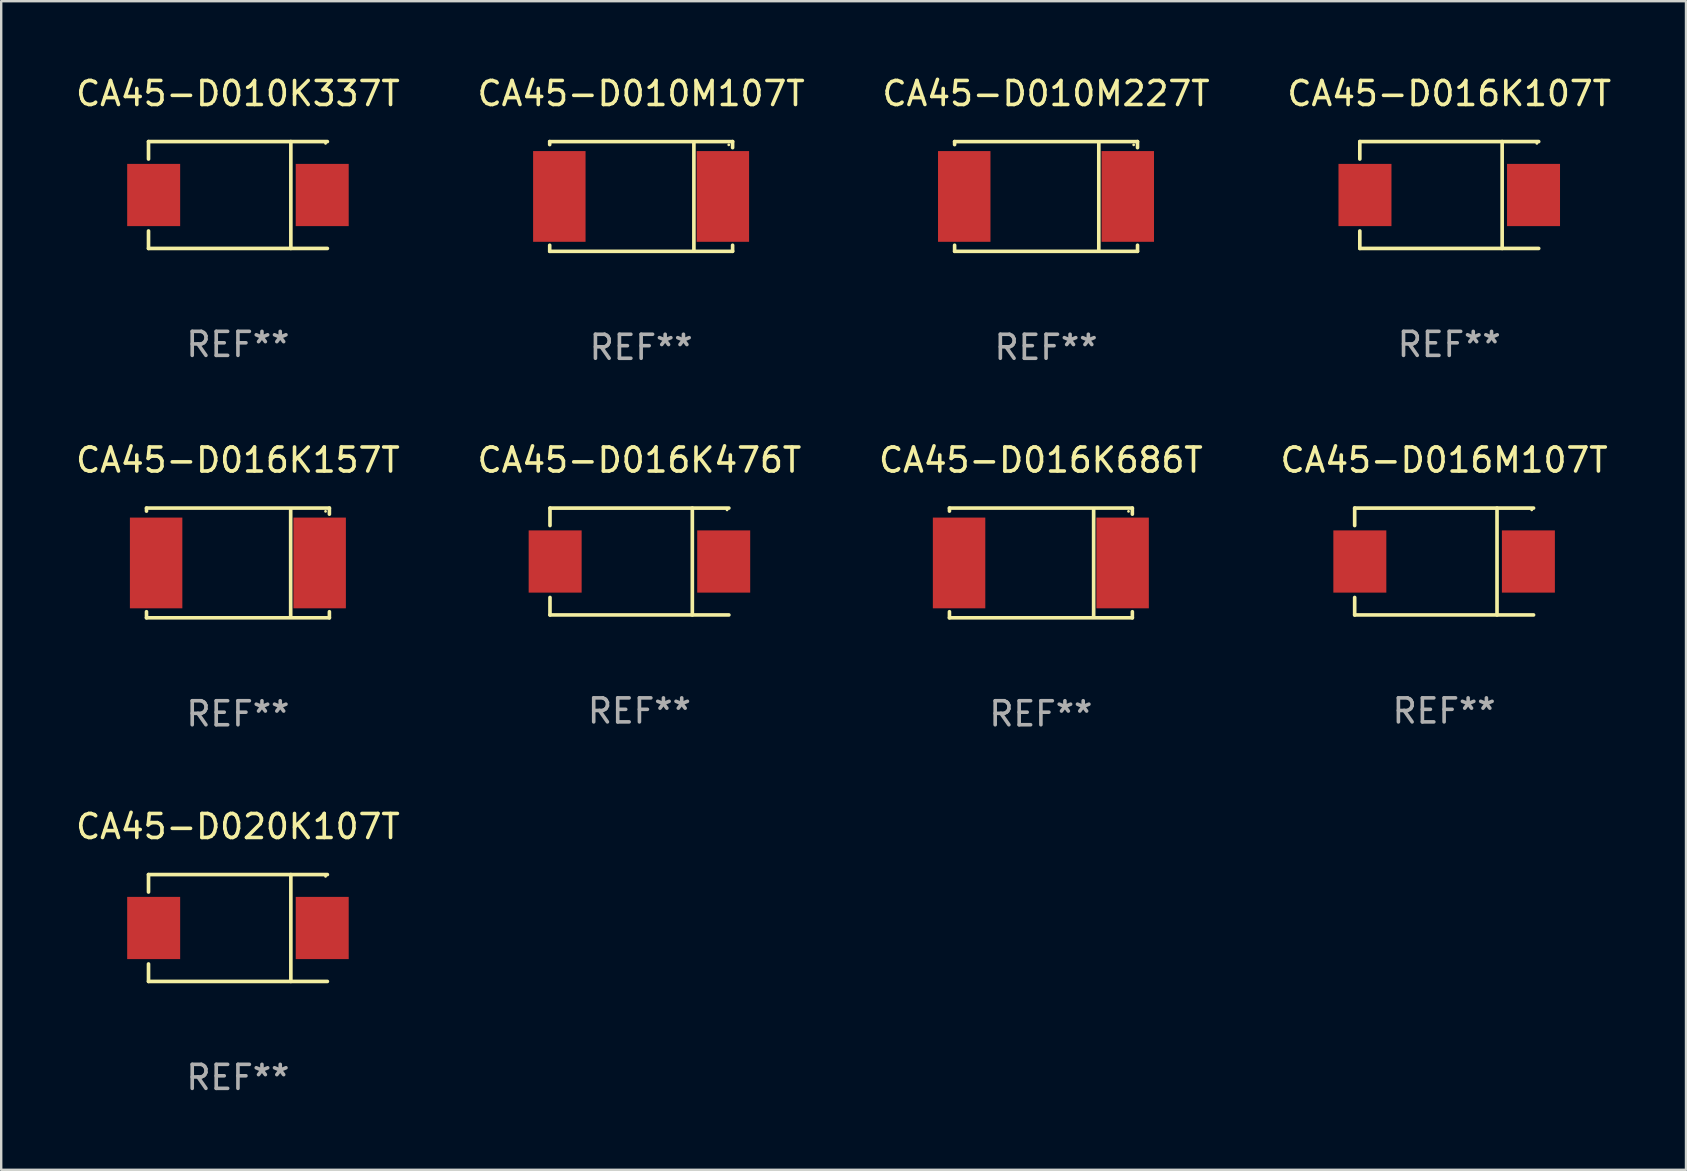
<source format=kicad_pcb>
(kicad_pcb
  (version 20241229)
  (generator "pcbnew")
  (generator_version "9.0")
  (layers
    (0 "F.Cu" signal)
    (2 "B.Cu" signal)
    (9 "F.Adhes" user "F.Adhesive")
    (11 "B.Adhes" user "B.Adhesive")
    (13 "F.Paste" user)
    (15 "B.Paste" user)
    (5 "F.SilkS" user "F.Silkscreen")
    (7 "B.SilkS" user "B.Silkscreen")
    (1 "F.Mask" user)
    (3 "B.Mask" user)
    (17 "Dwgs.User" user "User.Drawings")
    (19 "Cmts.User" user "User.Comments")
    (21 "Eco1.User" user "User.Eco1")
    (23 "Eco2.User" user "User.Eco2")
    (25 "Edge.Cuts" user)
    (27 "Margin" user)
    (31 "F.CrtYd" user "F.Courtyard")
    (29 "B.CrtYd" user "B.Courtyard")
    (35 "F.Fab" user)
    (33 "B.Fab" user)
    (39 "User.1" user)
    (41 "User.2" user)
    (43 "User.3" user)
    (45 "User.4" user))
  (footprint "CA45-D016K476T"
    (layer "F.Cu")
    (at 23.589 20.343)
    (property "Reference" "CA45-D016K476T" (at 0 -4.226 0) (layer "F.SilkS") (effects (font (size 1 1) (thickness 0.15))))
    (attr through_hole)
    (fp_line (start -3.726 -2.226) (end -3.726 -1.499) (stroke (width 0.152) (type solid)) (layer "F.SilkS"))
    (fp_line (start -3.726 -2.226) (end 3.726 -2.226) (stroke (width 0.152) (type solid)) (layer "F.SilkS"))
    (fp_line (start -3.726 2.226) (end -3.726 1.499) (stroke (width 0.152) (type solid)) (layer "F.SilkS"))
    (fp_line (start -3.726 2.226) (end 3.726 2.226) (stroke (width 0.152) (type solid)) (layer "F.SilkS"))
    (fp_line (start 2.204 -2.226) (end 2.204 2.226) (stroke (width 0.152) (type solid)) (layer "F.SilkS"))
    (fp_circle (center 3.65 -2.15) (end 3.68 -2.15) (stroke (width 0.06) (type solid)) (fill no) (layer "F.SilkS"))
    (fp_text user "REF**" (at 0 6.226 0) (layer "F.Fab") (effects (font (size 1 1) (thickness 0.15))))
    (pad "1" smd rect (at 3.511 0) (size 2.207 2.592) (layers "F.Cu" "F.Mask" "F.Paste"))
    (pad "2" smd rect (at -3.511 0) (size 2.207 2.592) (layers "F.Cu" "F.Mask" "F.Paste")))
  (footprint "CA45-D016M107T"
    (layer "F.Cu")
    (at 57.113 20.343)
    (property "Reference" "CA45-D016M107T" (at 0 -4.226 0) (layer "F.SilkS") (effects (font (size 1 1) (thickness 0.15))))
    (attr through_hole)
    (fp_line (start -3.726 -2.226) (end -3.726 -1.499) (stroke (width 0.152) (type solid)) (layer "F.SilkS"))
    (fp_line (start -3.726 -2.226) (end 3.726 -2.226) (stroke (width 0.152) (type solid)) (layer "F.SilkS"))
    (fp_line (start -3.726 2.226) (end -3.726 1.499) (stroke (width 0.152) (type solid)) (layer "F.SilkS"))
    (fp_line (start -3.726 2.226) (end 3.726 2.226) (stroke (width 0.152) (type solid)) (layer "F.SilkS"))
    (fp_line (start 2.204 -2.226) (end 2.204 2.226) (stroke (width 0.152) (type solid)) (layer "F.SilkS"))
    (fp_circle (center 3.65 -2.15) (end 3.68 -2.15) (stroke (width 0.06) (type solid)) (fill no) (layer "F.SilkS"))
    (fp_text user "REF**" (at 0 6.226 0) (layer "F.Fab") (effects (font (size 1 1) (thickness 0.15))))
    (pad "1" smd rect (at 3.511 0) (size 2.207 2.592) (layers "F.Cu" "F.Mask" "F.Paste"))
    (pad "2" smd rect (at -3.511 0) (size 2.207 2.592) (layers "F.Cu" "F.Mask" "F.Paste")))
  (footprint "CA45-D010M227T"
    (layer "F.Cu")
    (at 40.53 5.134)
    (property "Reference" "CA45-D010M227T" (at 0 -4.286 0) (layer "F.SilkS") (effects (font (size 1 1) (thickness 0.15))))
    (attr through_hole)
    (fp_line (start -3.81 -2.286) (end -3.81 -2.159) (stroke (width 0.15) (type solid)) (layer "F.SilkS"))
    (fp_line (start -3.81 2.032) (end -3.81 2.286) (stroke (width 0.15) (type solid)) (layer "F.SilkS"))
    (fp_line (start -3.81 2.286) (end 3.81 2.286) (stroke (width 0.15) (type solid)) (layer "F.SilkS"))
    (fp_line (start 2.197 -2.226) (end 2.197 2.226) (stroke (width 0.152) (type solid)) (layer "F.SilkS"))
    (fp_line (start 3.81 -2.286) (end -3.81 -2.286) (stroke (width 0.15) (type solid)) (layer "F.SilkS"))
    (fp_line (start 3.81 -2.032) (end 3.81 -2.286) (stroke (width 0.15) (type solid)) (layer "F.SilkS"))
    (fp_line (start 3.81 2.286) (end 3.81 2.032) (stroke (width 0.15) (type solid)) (layer "F.SilkS"))
    (fp_circle (center 3.65 -2.15) (end 3.68 -2.15) (stroke (width 0.06) (type solid)) (fill no) (layer "F.SilkS"))
    (fp_text user "REF**" (at 0 6.286 0) (layer "F.Fab") (effects (font (size 1 1) (thickness 0.15))))
    (pad "1" smd rect (at 3.404 0 180) (size 2.185 3.78) (layers "F.Cu" "F.Mask" "F.Paste"))
    (pad "2" smd rect (at -3.409 0 180) (size 2.185 3.78) (layers "F.Cu" "F.Mask" "F.Paste")))
  (footprint "CA45-D010M107T"
    (layer "F.Cu")
    (at 23.661 5.134)
    (property "Reference" "CA45-D010M107T" (at 0 -4.286 0) (layer "F.SilkS") (effects (font (size 1 1) (thickness 0.15))))
    (attr through_hole)
    (fp_line (start -3.81 -2.286) (end -3.81 -2.159) (stroke (width 0.15) (type solid)) (layer "F.SilkS"))
    (fp_line (start -3.81 2.032) (end -3.81 2.286) (stroke (width 0.15) (type solid)) (layer "F.SilkS"))
    (fp_line (start -3.81 2.286) (end 3.81 2.286) (stroke (width 0.15) (type solid)) (layer "F.SilkS"))
    (fp_line (start 2.197 -2.226) (end 2.197 2.226) (stroke (width 0.152) (type solid)) (layer "F.SilkS"))
    (fp_line (start 3.81 -2.286) (end -3.81 -2.286) (stroke (width 0.15) (type solid)) (layer "F.SilkS"))
    (fp_line (start 3.81 -2.032) (end 3.81 -2.286) (stroke (width 0.15) (type solid)) (layer "F.SilkS"))
    (fp_line (start 3.81 2.286) (end 3.81 2.032) (stroke (width 0.15) (type solid)) (layer "F.SilkS"))
    (fp_circle (center 3.65 -2.15) (end 3.68 -2.15) (stroke (width 0.06) (type solid)) (fill no) (layer "F.SilkS"))
    (fp_text user "REF**" (at 0 6.286 0) (layer "F.Fab") (effects (font (size 1 1) (thickness 0.15))))
    (pad "1" smd rect (at 3.404 0 180) (size 2.185 3.78) (layers "F.Cu" "F.Mask" "F.Paste"))
    (pad "2" smd rect (at -3.409 0 180) (size 2.185 3.78) (layers "F.Cu" "F.Mask" "F.Paste")))
  (footprint "CA45-D020K107T"
    (layer "F.Cu")
    (at 6.863 35.611)
    (property "Reference" "CA45-D020K107T" (at 0 -4.226 0) (layer "F.SilkS") (effects (font (size 1 1) (thickness 0.15))))
    (attr through_hole)
    (fp_line (start -3.726 -2.226) (end -3.726 -1.499) (stroke (width 0.152) (type solid)) (layer "F.SilkS"))
    (fp_line (start -3.726 -2.226) (end 3.726 -2.226) (stroke (width 0.152) (type solid)) (layer "F.SilkS"))
    (fp_line (start -3.726 2.226) (end -3.726 1.499) (stroke (width 0.152) (type solid)) (layer "F.SilkS"))
    (fp_line (start -3.726 2.226) (end 3.726 2.226) (stroke (width 0.152) (type solid)) (layer "F.SilkS"))
    (fp_line (start 2.204 -2.226) (end 2.204 2.226) (stroke (width 0.152) (type solid)) (layer "F.SilkS"))
    (fp_circle (center 3.65 -2.15) (end 3.68 -2.15) (stroke (width 0.06) (type solid)) (fill no) (layer "F.SilkS"))
    (fp_text user "REF**" (at 0 6.226 0) (layer "F.Fab") (effects (font (size 1 1) (thickness 0.15))))
    (pad "1" smd rect (at 3.511 0) (size 2.207 2.592) (layers "F.Cu" "F.Mask" "F.Paste"))
    (pad "2" smd rect (at -3.511 0) (size 2.207 2.592) (layers "F.Cu" "F.Mask" "F.Paste")))
  (footprint "CA45-D010K337T"
    (layer "F.Cu")
    (at 6.863 5.074)
    (property "Reference" "CA45-D010K337T" (at 0 -4.226 0) (layer "F.SilkS") (effects (font (size 1 1) (thickness 0.15))))
    (attr through_hole)
    (fp_line (start -3.726 -2.226) (end -3.726 -1.499) (stroke (width 0.152) (type solid)) (layer "F.SilkS"))
    (fp_line (start -3.726 -2.226) (end 3.726 -2.226) (stroke (width 0.152) (type solid)) (layer "F.SilkS"))
    (fp_line (start -3.726 2.226) (end -3.726 1.499) (stroke (width 0.152) (type solid)) (layer "F.SilkS"))
    (fp_line (start -3.726 2.226) (end 3.726 2.226) (stroke (width 0.152) (type solid)) (layer "F.SilkS"))
    (fp_line (start 2.204 -2.226) (end 2.204 2.226) (stroke (width 0.152) (type solid)) (layer "F.SilkS"))
    (fp_circle (center 3.65 -2.15) (end 3.68 -2.15) (stroke (width 0.06) (type solid)) (fill no) (layer "F.SilkS"))
    (fp_text user "REF**" (at 0 6.226 0) (layer "F.Fab") (effects (font (size 1 1) (thickness 0.15))))
    (pad "1" smd rect (at 3.511 0) (size 2.207 2.592) (layers "F.Cu" "F.Mask" "F.Paste"))
    (pad "2" smd rect (at -3.511 0) (size 2.207 2.592) (layers "F.Cu" "F.Mask" "F.Paste")))
  (footprint "CA45-D016K686T"
    (layer "F.Cu")
    (at 40.315 20.403)
    (property "Reference" "CA45-D016K686T" (at 0 -4.286 0) (layer "F.SilkS") (effects (font (size 1 1) (thickness 0.15))))
    (attr through_hole)
    (fp_line (start -3.81 -2.286) (end -3.81 -2.159) (stroke (width 0.15) (type solid)) (layer "F.SilkS"))
    (fp_line (start -3.81 2.032) (end -3.81 2.286) (stroke (width 0.15) (type solid)) (layer "F.SilkS"))
    (fp_line (start -3.81 2.286) (end 3.81 2.286) (stroke (width 0.15) (type solid)) (layer "F.SilkS"))
    (fp_line (start 2.197 -2.226) (end 2.197 2.226) (stroke (width 0.152) (type solid)) (layer "F.SilkS"))
    (fp_line (start 3.81 -2.286) (end -3.81 -2.286) (stroke (width 0.15) (type solid)) (layer "F.SilkS"))
    (fp_line (start 3.81 -2.032) (end 3.81 -2.286) (stroke (width 0.15) (type solid)) (layer "F.SilkS"))
    (fp_line (start 3.81 2.286) (end 3.81 2.032) (stroke (width 0.15) (type solid)) (layer "F.SilkS"))
    (fp_circle (center 3.65 -2.15) (end 3.68 -2.15) (stroke (width 0.06) (type solid)) (fill no) (layer "F.SilkS"))
    (fp_text user "REF**" (at 0 6.286 0) (layer "F.Fab") (effects (font (size 1 1) (thickness 0.15))))
    (pad "1" smd rect (at 3.404 0 180) (size 2.185 3.78) (layers "F.Cu" "F.Mask" "F.Paste"))
    (pad "2" smd rect (at -3.409 0 180) (size 2.185 3.78) (layers "F.Cu" "F.Mask" "F.Paste")))
  (footprint "CA45-D016K157T"
    (layer "F.Cu")
    (at 6.863 20.403)
    (property "Reference" "CA45-D016K157T" (at 0 -4.286 0) (layer "F.SilkS") (effects (font (size 1 1) (thickness 0.15))))
    (attr through_hole)
    (fp_line (start -3.81 -2.286) (end -3.81 -2.159) (stroke (width 0.15) (type solid)) (layer "F.SilkS"))
    (fp_line (start -3.81 2.032) (end -3.81 2.286) (stroke (width 0.15) (type solid)) (layer "F.SilkS"))
    (fp_line (start -3.81 2.286) (end 3.81 2.286) (stroke (width 0.15) (type solid)) (layer "F.SilkS"))
    (fp_line (start 2.197 -2.226) (end 2.197 2.226) (stroke (width 0.152) (type solid)) (layer "F.SilkS"))
    (fp_line (start 3.81 -2.286) (end -3.81 -2.286) (stroke (width 0.15) (type solid)) (layer "F.SilkS"))
    (fp_line (start 3.81 -2.032) (end 3.81 -2.286) (stroke (width 0.15) (type solid)) (layer "F.SilkS"))
    (fp_line (start 3.81 2.286) (end 3.81 2.032) (stroke (width 0.15) (type solid)) (layer "F.SilkS"))
    (fp_circle (center 3.65 -2.15) (end 3.68 -2.15) (stroke (width 0.06) (type solid)) (fill no) (layer "F.SilkS"))
    (fp_text user "REF**" (at 0 6.286 0) (layer "F.Fab") (effects (font (size 1 1) (thickness 0.15))))
    (pad "1" smd rect (at 3.404 0 180) (size 2.185 3.78) (layers "F.Cu" "F.Mask" "F.Paste"))
    (pad "2" smd rect (at -3.409 0 180) (size 2.185 3.78) (layers "F.Cu" "F.Mask" "F.Paste")))
  (footprint "CA45-D016K107T"
    (layer "F.Cu")
    (at 57.327 5.074)
    (property "Reference" "CA45-D016K107T" (at 0 -4.226 0) (layer "F.SilkS") (effects (font (size 1 1) (thickness 0.15))))
    (attr through_hole)
    (fp_line (start -3.726 -2.226) (end -3.726 -1.499) (stroke (width 0.152) (type solid)) (layer "F.SilkS"))
    (fp_line (start -3.726 -2.226) (end 3.726 -2.226) (stroke (width 0.152) (type solid)) (layer "F.SilkS"))
    (fp_line (start -3.726 2.226) (end -3.726 1.499) (stroke (width 0.152) (type solid)) (layer "F.SilkS"))
    (fp_line (start -3.726 2.226) (end 3.726 2.226) (stroke (width 0.152) (type solid)) (layer "F.SilkS"))
    (fp_line (start 2.204 -2.226) (end 2.204 2.226) (stroke (width 0.152) (type solid)) (layer "F.SilkS"))
    (fp_circle (center 3.65 -2.15) (end 3.68 -2.15) (stroke (width 0.06) (type solid)) (fill no) (layer "F.SilkS"))
    (fp_text user "REF**" (at 0 6.226 0) (layer "F.Fab") (effects (font (size 1 1) (thickness 0.15))))
    (pad "1" smd rect (at 3.511 0) (size 2.207 2.592) (layers "F.Cu" "F.Mask" "F.Paste"))
    (pad "2" smd rect (at -3.511 0) (size 2.207 2.592) (layers "F.Cu" "F.Mask" "F.Paste")))
  (gr_rect
    (start -3 -3)
    (end 67.19 45.686)
    (stroke (width 0.1) (type default))
    (fill no)
    (layer "Edge.Cuts")))
</source>
